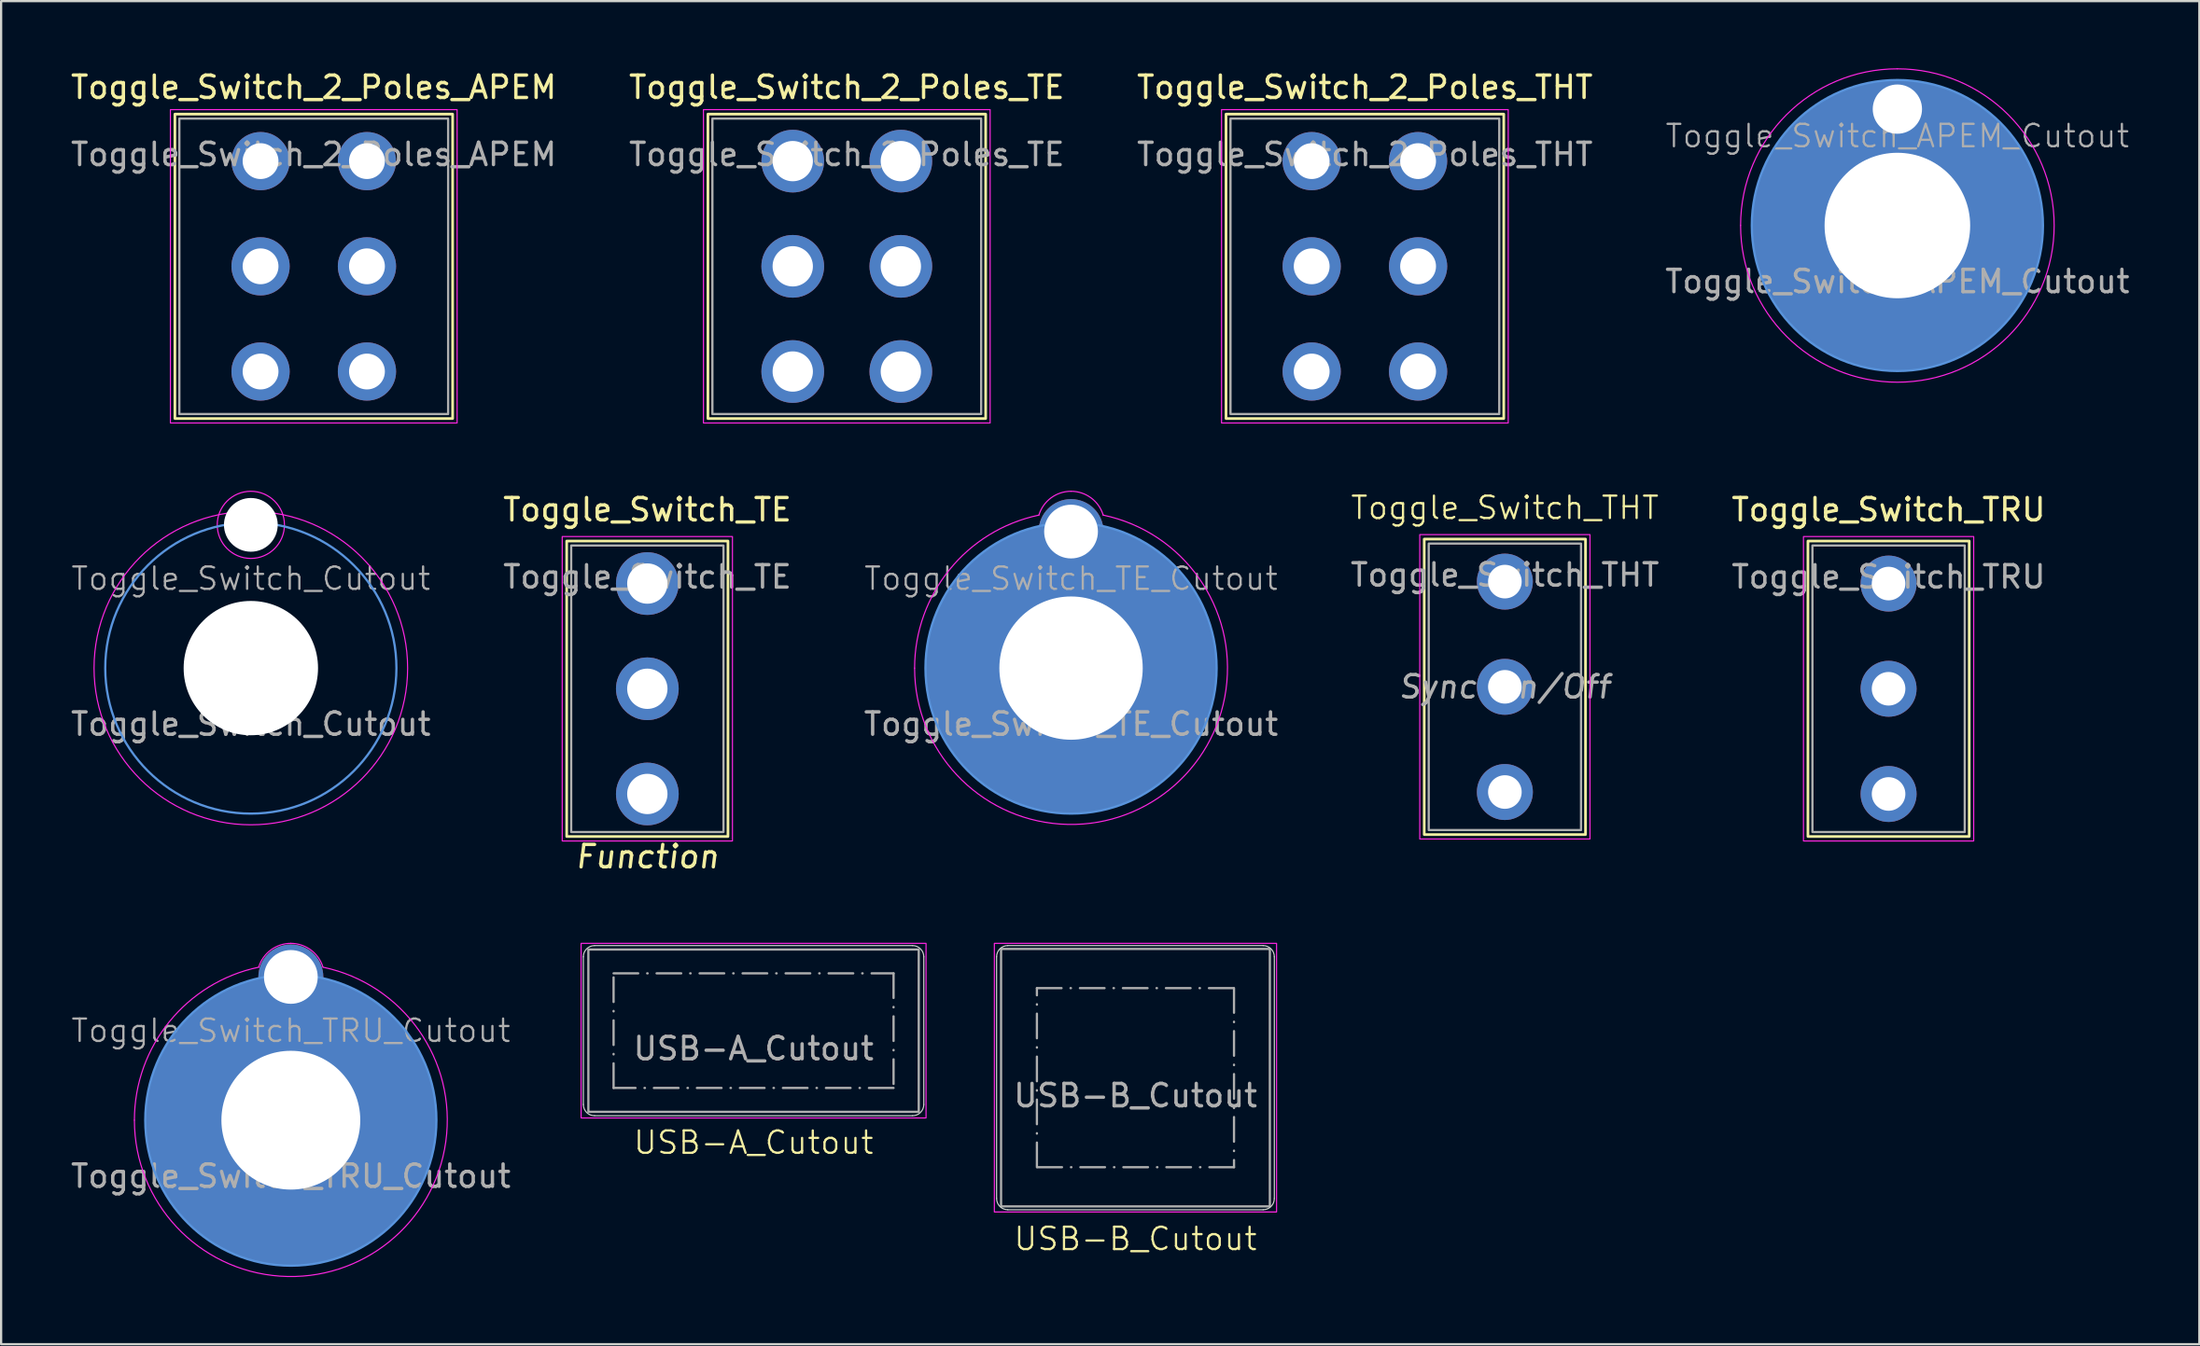
<source format=kicad_pcb>
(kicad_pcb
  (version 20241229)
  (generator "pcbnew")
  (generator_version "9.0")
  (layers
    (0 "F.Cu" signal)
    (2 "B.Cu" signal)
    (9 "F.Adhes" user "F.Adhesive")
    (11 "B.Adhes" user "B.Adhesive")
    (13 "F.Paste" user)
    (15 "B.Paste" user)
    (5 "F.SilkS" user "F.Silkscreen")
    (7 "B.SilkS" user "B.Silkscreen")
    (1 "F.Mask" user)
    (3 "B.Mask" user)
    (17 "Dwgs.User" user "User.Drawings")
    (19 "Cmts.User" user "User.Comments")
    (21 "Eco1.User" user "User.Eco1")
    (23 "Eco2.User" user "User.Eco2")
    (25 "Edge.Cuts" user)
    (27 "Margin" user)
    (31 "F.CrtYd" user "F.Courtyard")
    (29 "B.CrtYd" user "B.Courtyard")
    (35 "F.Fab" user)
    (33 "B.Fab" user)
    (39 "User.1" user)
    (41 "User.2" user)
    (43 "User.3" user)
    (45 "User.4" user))
  (footprint "Toggle_Switch_TE"
    (layer "F.Cu")
    (at 25.851 27.721)
    (property "Reference" "Toggle_Switch_TE" (at 0 -8 0) (unlocked yes) (layer "F.SilkS") (effects (font (size 1 1) (thickness 0.15))))
    (property "Function" "Function" (at 0 7.5 0) (unlocked yes) (layer "F.SilkS") (effects (font (size 1 1) (thickness 0.15) (italic yes))))
    (attr through_hole)
    (fp_rect (start -3.6 -6.6) (end 3.6 6.6) (stroke (width 0.12) (type default)) (fill no) (layer "F.SilkS"))
    (fp_rect (start -3.8 -6.8) (end 3.8 6.8) (stroke (width 0.05) (type default)) (fill no) (layer "F.CrtYd"))
    (fp_rect (start -3.4 -6.4) (end 3.4 6.4) (stroke (width 0.1) (type default)) (fill no) (layer "F.Fab"))
    (fp_text user "${REFERENCE}" (at 0 -5 0) (unlocked yes) (layer "F.Fab") (effects (font (size 1 1) (thickness 0.15))))
    (pad "1" thru_hole circle (at 0 4.7 90) (size 2.8 2.8) (drill 1.8) (layers "*.Cu" "*.Mask"))
    (pad "2" thru_hole circle (at 0 0 90) (size 2.8 2.8) (drill 1.8) (layers "*.Cu" "*.Mask"))
    (pad "3" thru_hole circle (at 0 -4.7 90) (size 2.8 2.8) (drill 1.8) (layers "*.Cu" "*.Mask")))
  (footprint "USB-A_Cutout"
    (layer "F.Cu")
    (at 30.594 42.995)
    (property "Reference" "USB-A_Cutout" (at 0 5 0) (unlocked yes) (layer "F.SilkS") (effects (font (size 1 1) (thickness 0.1))))
    (attr through_hole)
    (fp_line (start -7.6 3.3) (end -7.6 -3.3) (stroke (width 0.05) (type default)) (layer "Edge.Cuts"))
    (fp_line (start -7.1 -3.8) (end 7.1 -3.8) (stroke (width 0.05) (type default)) (layer "Edge.Cuts"))
    (fp_line (start 7.1 3.8) (end -7.1 3.8) (stroke (width 0.05) (type default)) (layer "Edge.Cuts"))
    (fp_line (start 7.6 -3.3) (end 7.6 3.3) (stroke (width 0.05) (type default)) (layer "Edge.Cuts"))
    (fp_arc (start -7.6 -3.3) (mid -7.453553 -3.653553) (end -7.1 -3.8) (stroke (width 0.05) (type default)) (layer "Edge.Cuts"))
    (fp_arc (start -7.1 3.8) (mid -7.453553 3.653553) (end -7.6 3.3) (stroke (width 0.05) (type default)) (layer "Edge.Cuts"))
    (fp_arc (start 7.1 -3.8) (mid 7.453553 -3.653553) (end 7.6 -3.3) (stroke (width 0.05) (type default)) (layer "Edge.Cuts"))
    (fp_arc (start 7.6 3.3) (mid 7.453553 3.653553) (end 7.1 3.8) (stroke (width 0.05) (type default)) (layer "Edge.Cuts"))
    (fp_rect (start -7.7 -3.9) (end 7.7 3.9) (stroke (width 0.05) (type default)) (fill no) (layer "F.CrtYd"))
    (fp_rect (start -7.375 -3.625) (end 7.375 3.625) (stroke (width 0.1) (type solid)) (fill no) (layer "F.Fab"))
    (fp_rect (start -6.25 -2.56) (end 6.25 2.56) (stroke (width 0.1) (type dash_dot)) (fill no) (layer "F.Fab"))
    (fp_text user "${REFERENCE}" (at 0 0.8 0) (unlocked yes) (layer "F.Fab") (effects (font (size 1 1) (thickness 0.15)))))
  (footprint "Toggle_Switch_TE_Cutout"
    (layer "F.Cu")
    (at 44.768 26.798)
    (property "Reference" "Toggle_Switch_TE_Cutout" (at 0 -4 0) (unlocked yes) (layer "F.Fab") (effects (font (size 1 1) (thickness 0.1))))
    (attr through_hole exclude_from_bom)
    (fp_circle (center 0 0) (end 0 6.5) (stroke (width 0.1) (type default)) (fill no) (layer "Cmts.User"))
    (fp_arc (start -6.984267 0) (mid -5.422447 -4.401938) (end -1.435493 -6.835155) (stroke (width 0.05) (type default)) (layer "F.CrtYd"))
    (fp_arc (start -1.435493 -6.835156) (mid -0.893663 -7.604727) (end 0 -7.9) (stroke (width 0.05) (type default)) (layer "F.CrtYd"))
    (fp_arc (start 0 -7.9) (mid 0.893663 -7.604727) (end 1.435493 -6.835156) (stroke (width 0.05) (type default)) (layer "F.CrtYd"))
    (fp_arc (start 1.435493 -6.835155) (mid 4.401938 5.422446) (end -6.984267 0) (stroke (width 0.05) (type default)) (layer "F.CrtYd"))
    (fp_text user "${REFERENCE}" (at 0 2.5 0) (unlocked yes) (layer "F.Fab") (effects (font (size 1 1) (thickness 0.15))))
    (pad "1" thru_hole circle (at 0 -6.1) (size 2.9 2.9) (drill 2.4) (layers "*.Cu" "*.Mask"))
    (pad "1" thru_hole circle (at 0 0) (size 13 13) (drill 6.4) (layers "*.Cu" "*.Mask")))
  (footprint "Toggle_Switch_2_Poles_APEM"
    (layer "F.Cu")
    (at 10.958 8.848)
    (property "Reference" "Toggle_Switch_2_Poles_APEM" (at 0 -8 0) (unlocked yes) (layer "F.SilkS") (effects (font (size 1 1) (thickness 0.15))))
    (property "Function" "" (at 0 0 0) (unlocked yes) (layer "F.Fab") (effects (font (size 1 1) (thickness 0.15) (italic yes))))
    (attr through_hole)
    (fp_rect (start -6.2 -6.8) (end 6.2 6.8) (stroke (width 0.12) (type default)) (fill no) (layer "F.SilkS"))
    (fp_rect (start -6.4 -7) (end 6.4 7) (stroke (width 0.05) (type default)) (fill no) (layer "F.CrtYd"))
    (fp_rect (start -6 -6.6) (end 6 6.6) (stroke (width 0.1) (type default)) (fill no) (layer "F.Fab"))
    (fp_text user "${REFERENCE}" (at 0 -5 0) (unlocked yes) (layer "F.Fab") (effects (font (size 1 1) (thickness 0.15))))
    (pad "1" thru_hole circle (at -2.375 4.7 90) (size 2.6 2.6) (drill 1.6) (layers "*.Cu" "*.Mask"))
    (pad "2" thru_hole circle (at -2.375 0 90) (size 2.6 2.6) (drill 1.6) (layers "*.Cu" "*.Mask"))
    (pad "3" thru_hole circle (at -2.375 -4.7 90) (size 2.6 2.6) (drill 1.6) (layers "*.Cu" "*.Mask"))
    (pad "4" thru_hole circle (at 2.375 4.7 90) (size 2.6 2.6) (drill 1.6) (layers "*.Cu" "*.Mask"))
    (pad "5" thru_hole circle (at 2.375 0 90) (size 2.6 2.6) (drill 1.6) (layers "*.Cu" "*.Mask"))
    (pad "6" thru_hole circle (at 2.375 -4.7 90) (size 2.6 2.6) (drill 1.6) (layers "*.Cu" "*.Mask")))
  (footprint "Toggle_Switch_Cutout"
    (layer "F.Cu")
    (at 8.149 26.798)
    (property "Reference" "Toggle_Switch_Cutout" (at 0 -4 0) (unlocked yes) (layer "F.Fab") (effects (font (size 1 1) (thickness 0.1))))
    (attr through_hole)
    (fp_circle (center 0 0) (end 0 6.5) (stroke (width 0.1) (type default)) (fill no) (layer "Cmts.User"))
    (fp_circle (center 0 -6.4) (end 0 -4.9) (stroke (width 0.05) (type default)) (fill no) (layer "F.CrtYd"))
    (fp_circle (center 0 0) (end 0 7) (stroke (width 0.05) (type default)) (fill no) (layer "F.CrtYd"))
    (fp_text user "${REFERENCE}" (at 0 2.5 0) (unlocked yes) (layer "F.Fab") (effects (font (size 1 1) (thickness 0.15))))
    (pad "" np_thru_hole circle (at 0 -6.4) (size 2.4 2.4) (drill 2.4) (layers "*.Cu" "*.Mask"))
    (pad "" np_thru_hole circle (at 0 0) (size 6 6) (drill 6) (layers "*.Cu" "*.Mask")))
  (footprint "Toggle_Switch_TRU"
    (layer "F.Cu")
    (at 81.268 27.721)
    (property "Reference" "Toggle_Switch_TRU" (at 0 -8 0) (unlocked yes) (layer "F.SilkS") (effects (font (size 1 1) (thickness 0.15))))
    (property "Function" "" (at 0 0 0) (unlocked yes) (layer "F.Fab") (effects (font (size 1 1) (thickness 0.15) (italic yes))))
    (attr through_hole)
    (fp_rect (start -3.6 -6.6) (end 3.6 6.6) (stroke (width 0.12) (type default)) (fill no) (layer "F.SilkS"))
    (fp_rect (start -3.8 -6.8) (end 3.8 6.8) (stroke (width 0.05) (type default)) (fill no) (layer "F.CrtYd"))
    (fp_rect (start -3.4 -6.4) (end 3.4 6.4) (stroke (width 0.1) (type default)) (fill no) (layer "F.Fab"))
    (fp_text user "${REFERENCE}" (at 0 -5 0) (unlocked yes) (layer "F.Fab") (effects (font (size 1 1) (thickness 0.15))))
    (pad "1" thru_hole circle (at 0 4.7 90) (size 2.5 2.5) (drill 1.5) (layers "*.Cu" "*.Mask"))
    (pad "2" thru_hole circle (at 0 0 90) (size 2.5 2.5) (drill 1.5) (layers "*.Cu" "*.Mask"))
    (pad "3" thru_hole circle (at 0 -4.7 90) (size 2.5 2.5) (drill 1.5) (layers "*.Cu" "*.Mask")))
  (footprint "Toggle_Switch_THT"
    (layer "F.Cu")
    (at 64.137 27.634)
    (property "Reference" "Toggle_Switch_THT" (at 0 -8 0) (unlocked yes) (layer "F.SilkS") (effects (font (size 1 1) (thickness 0.1))))
    (property "Function" "Sync On/Off" (at 0 0 0) (unlocked yes) (layer "F.Fab") (effects (font (size 1 1) (thickness 0.15) (italic yes))))
    (attr through_hole)
    (fp_rect (start -3.6 -6.6) (end 3.6 6.6) (stroke (width 0.12) (type default)) (fill no) (layer "F.SilkS"))
    (fp_rect (start -3.8 -6.8) (end 3.8 6.8) (stroke (width 0.05) (type default)) (fill no) (layer "F.CrtYd"))
    (fp_rect (start -3.4 -6.4) (end 3.4 6.4) (stroke (width 0.1) (type default)) (fill no) (layer "F.Fab"))
    (fp_text user "${REFERENCE}" (at 0 -5 0) (unlocked yes) (layer "F.Fab") (effects (font (size 1 1) (thickness 0.15))))
    (pad "1" thru_hole circle (at 0 4.7 90) (size 2.5 2.5) (drill 1.5) (layers "*.Cu" "*.Mask"))
    (pad "2" thru_hole circle (at 0 0 90) (size 2.5 2.5) (drill 1.5) (layers "*.Cu" "*.Mask"))
    (pad "3" thru_hole circle (at 0 -4.7 90) (size 2.5 2.5) (drill 1.5) (layers "*.Cu" "*.Mask")))
  (footprint "USB-B_Cutout"
    (layer "F.Cu")
    (at 47.644 45.095)
    (property "Reference" "USB-B_Cutout" (at 0 7.2 0) (unlocked yes) (layer "F.SilkS") (effects (font (size 1 1) (thickness 0.1))))
    (attr through_hole)
    (fp_line (start -6.2 5.4) (end -6.2 -5.4) (stroke (width 0.05) (type default)) (layer "Edge.Cuts"))
    (fp_line (start -5.7 -5.9) (end 5.7 -5.9) (stroke (width 0.05) (type default)) (layer "Edge.Cuts"))
    (fp_line (start 5.7 5.9) (end -5.7 5.9) (stroke (width 0.05) (type default)) (layer "Edge.Cuts"))
    (fp_line (start 6.2 -5.4) (end 6.2 5.4) (stroke (width 0.05) (type default)) (layer "Edge.Cuts"))
    (fp_arc (start -6.2 -5.4) (mid -6.053553 -5.753553) (end -5.7 -5.9) (stroke (width 0.05) (type default)) (layer "Edge.Cuts"))
    (fp_arc (start -5.7 5.9) (mid -6.053553 5.753553) (end -6.2 5.4) (stroke (width 0.05) (type default)) (layer "Edge.Cuts"))
    (fp_arc (start 5.7 -5.9) (mid 6.053553 -5.753553) (end 6.2 -5.4) (stroke (width 0.05) (type default)) (layer "Edge.Cuts"))
    (fp_arc (start 6.2 5.4) (mid 6.053553 5.753553) (end 5.7 5.9) (stroke (width 0.05) (type default)) (layer "Edge.Cuts"))
    (fp_rect (start -6.3 -6) (end 6.3 6) (stroke (width 0.05) (type default)) (fill no) (layer "F.CrtYd"))
    (fp_rect (start -6 -5.75) (end 6 5.75) (stroke (width 0.1) (type solid)) (fill no) (layer "F.Fab"))
    (fp_rect (start -4.4 -4) (end 4.4 4) (stroke (width 0.1) (type dash_dot)) (fill no) (layer "F.Fab"))
    (fp_text user "${REFERENCE}" (at 0 0.8 0) (unlocked yes) (layer "F.Fab") (effects (font (size 1 1) (thickness 0.15)))))
  (footprint "Toggle_Switch_TRU_Cutout"
    (layer "F.Cu")
    (at 9.935 46.995)
    (property "Reference" "Toggle_Switch_TRU_Cutout" (at 0 -4 0) (unlocked yes) (layer "F.Fab") (effects (font (size 1 1) (thickness 0.1))))
    (attr through_hole exclude_from_bom)
    (fp_circle (center 0 0) (end 0 6.5) (stroke (width 0.1) (type default)) (fill no) (layer "Cmts.User"))
    (fp_arc (start -6.984267 0) (mid -5.422447 -4.401938) (end -1.435493 -6.835155) (stroke (width 0.05) (type default)) (layer "F.CrtYd"))
    (fp_arc (start -1.435493 -6.835156) (mid -0.893663 -7.604727) (end 0 -7.9) (stroke (width 0.05) (type default)) (layer "F.CrtYd"))
    (fp_arc (start 0 -7.9) (mid 0.893663 -7.604727) (end 1.435493 -6.835156) (stroke (width 0.05) (type default)) (layer "F.CrtYd"))
    (fp_arc (start 1.435493 -6.835155) (mid 4.401938 5.422446) (end -6.984267 0) (stroke (width 0.05) (type default)) (layer "F.CrtYd"))
    (fp_text user "${REFERENCE}" (at 0 2.5 0) (unlocked yes) (layer "F.Fab") (effects (font (size 1 1) (thickness 0.15))))
    (pad "1" thru_hole circle (at 0 -6.4) (size 2.9 2.9) (drill 2.4) (layers "*.Cu" "*.Mask"))
    (pad "1" thru_hole circle (at 0 0) (size 13 13) (drill 6.2) (layers "*.Cu" "*.Mask")))
  (footprint "Toggle_Switch_2_Poles_TE"
    (layer "F.Cu")
    (at 34.756 8.848)
    (property "Reference" "Toggle_Switch_2_Poles_TE" (at 0 -8 0) (unlocked yes) (layer "F.SilkS") (effects (font (size 1 1) (thickness 0.15))))
    (property "Function" "" (at 0 0 0) (unlocked yes) (layer "F.Fab") (effects (font (size 1 1) (thickness 0.15) (italic yes))))
    (attr through_hole)
    (fp_rect (start -6.2 -6.8) (end 6.2 6.8) (stroke (width 0.12) (type default)) (fill no) (layer "F.SilkS"))
    (fp_rect (start -6.4 -7) (end 6.4 7) (stroke (width 0.05) (type default)) (fill no) (layer "F.CrtYd"))
    (fp_rect (start -6 -6.6) (end 6 6.6) (stroke (width 0.1) (type default)) (fill no) (layer "F.Fab"))
    (fp_text user "${REFERENCE}" (at 0 -5 0) (unlocked yes) (layer "F.Fab") (effects (font (size 1 1) (thickness 0.15))))
    (pad "1" thru_hole circle (at -2.413 4.7 90) (size 2.8 2.8) (drill 1.8) (layers "*.Cu" "*.Mask"))
    (pad "2" thru_hole circle (at -2.413 0 90) (size 2.8 2.8) (drill 1.8) (layers "*.Cu" "*.Mask"))
    (pad "3" thru_hole circle (at -2.413 -4.7 90) (size 2.8 2.8) (drill 1.8) (layers "*.Cu" "*.Mask"))
    (pad "4" thru_hole circle (at 2.413 4.7 90) (size 2.8 2.8) (drill 1.8) (layers "*.Cu" "*.Mask"))
    (pad "5" thru_hole circle (at 2.413 0 90) (size 2.8 2.8) (drill 1.8) (layers "*.Cu" "*.Mask"))
    (pad "6" thru_hole circle (at 2.413 -4.7 90) (size 2.8 2.8) (drill 1.8) (layers "*.Cu" "*.Mask")))
  (footprint "Toggle_Switch_2_Poles_THT"
    (layer "F.Cu")
    (at 57.887 8.848)
    (property "Reference" "Toggle_Switch_2_Poles_THT" (at 0 -8 0) (unlocked yes) (layer "F.SilkS") (effects (font (size 1 1) (thickness 0.15))))
    (property "Function" "" (at 0 0 0) (unlocked yes) (layer "F.Fab") (effects (font (size 1 1) (thickness 0.15) (italic yes))))
    (attr through_hole)
    (fp_rect (start -6.2 -6.8) (end 6.2 6.8) (stroke (width 0.12) (type default)) (fill no) (layer "F.SilkS"))
    (fp_rect (start -6.4 -7) (end 6.4 7) (stroke (width 0.05) (type default)) (fill no) (layer "F.CrtYd"))
    (fp_rect (start -6 -6.6) (end 6 6.6) (stroke (width 0.1) (type default)) (fill no) (layer "F.Fab"))
    (fp_text user "${REFERENCE}" (at 0 -5 0) (unlocked yes) (layer "F.Fab") (effects (font (size 1 1) (thickness 0.15))))
    (pad "1" thru_hole circle (at -2.375 4.7 90) (size 2.6 2.6) (drill 1.6) (layers "*.Cu" "*.Mask"))
    (pad "2" thru_hole circle (at -2.375 0 90) (size 2.6 2.6) (drill 1.6) (layers "*.Cu" "*.Mask"))
    (pad "3" thru_hole circle (at -2.375 -4.7 90) (size 2.6 2.6) (drill 1.6) (layers "*.Cu" "*.Mask"))
    (pad "4" thru_hole circle (at 2.375 4.7 90) (size 2.6 2.6) (drill 1.6) (layers "*.Cu" "*.Mask"))
    (pad "5" thru_hole circle (at 2.375 0 90) (size 2.6 2.6) (drill 1.6) (layers "*.Cu" "*.Mask"))
    (pad "6" thru_hole circle (at 2.375 -4.7 90) (size 2.6 2.6) (drill 1.6) (layers "*.Cu" "*.Mask")))
  (footprint "Toggle_Switch_APEM_Cutout"
    (layer "F.Cu")
    (at 81.661 7.025)
    (property "Reference" "Toggle_Switch_APEM_Cutout" (at 0 -4 0) (unlocked yes) (layer "F.Fab") (effects (font (size 1 1) (thickness 0.1))))
    (attr through_hole exclude_from_bom)
    (fp_circle (center 0 0) (end 0 6.5) (stroke (width 0.1) (type default)) (fill no) (layer "Cmts.User"))
    (fp_arc (start -7 0) (mid -4.949748 -4.949748) (end 0 -7) (stroke (width 0.05) (type default)) (layer "F.CrtYd"))
    (fp_arc (start 0 -7) (mid 4.949747 4.949747) (end -7 0) (stroke (width 0.05) (type default)) (layer "F.CrtYd"))
    (fp_text user "${REFERENCE}" (at 0 2.5 0) (unlocked yes) (layer "F.Fab") (effects (font (size 1 1) (thickness 0.15))))
    (pad "1" thru_hole circle (at 0 -5.2) (size 2.6 2.6) (drill 2.2) (layers "*.Cu" "*.Mask"))
    (pad "1" thru_hole circle (at 0 0) (size 13 13) (drill 6.5) (layers "*.Cu" "*.Mask")))
  (gr_rect
    (start -3 -3)
    (end 95.143 57.004)
    (stroke (width 0.1) (type default))
    (fill no)
    (layer "Edge.Cuts")))
</source>
